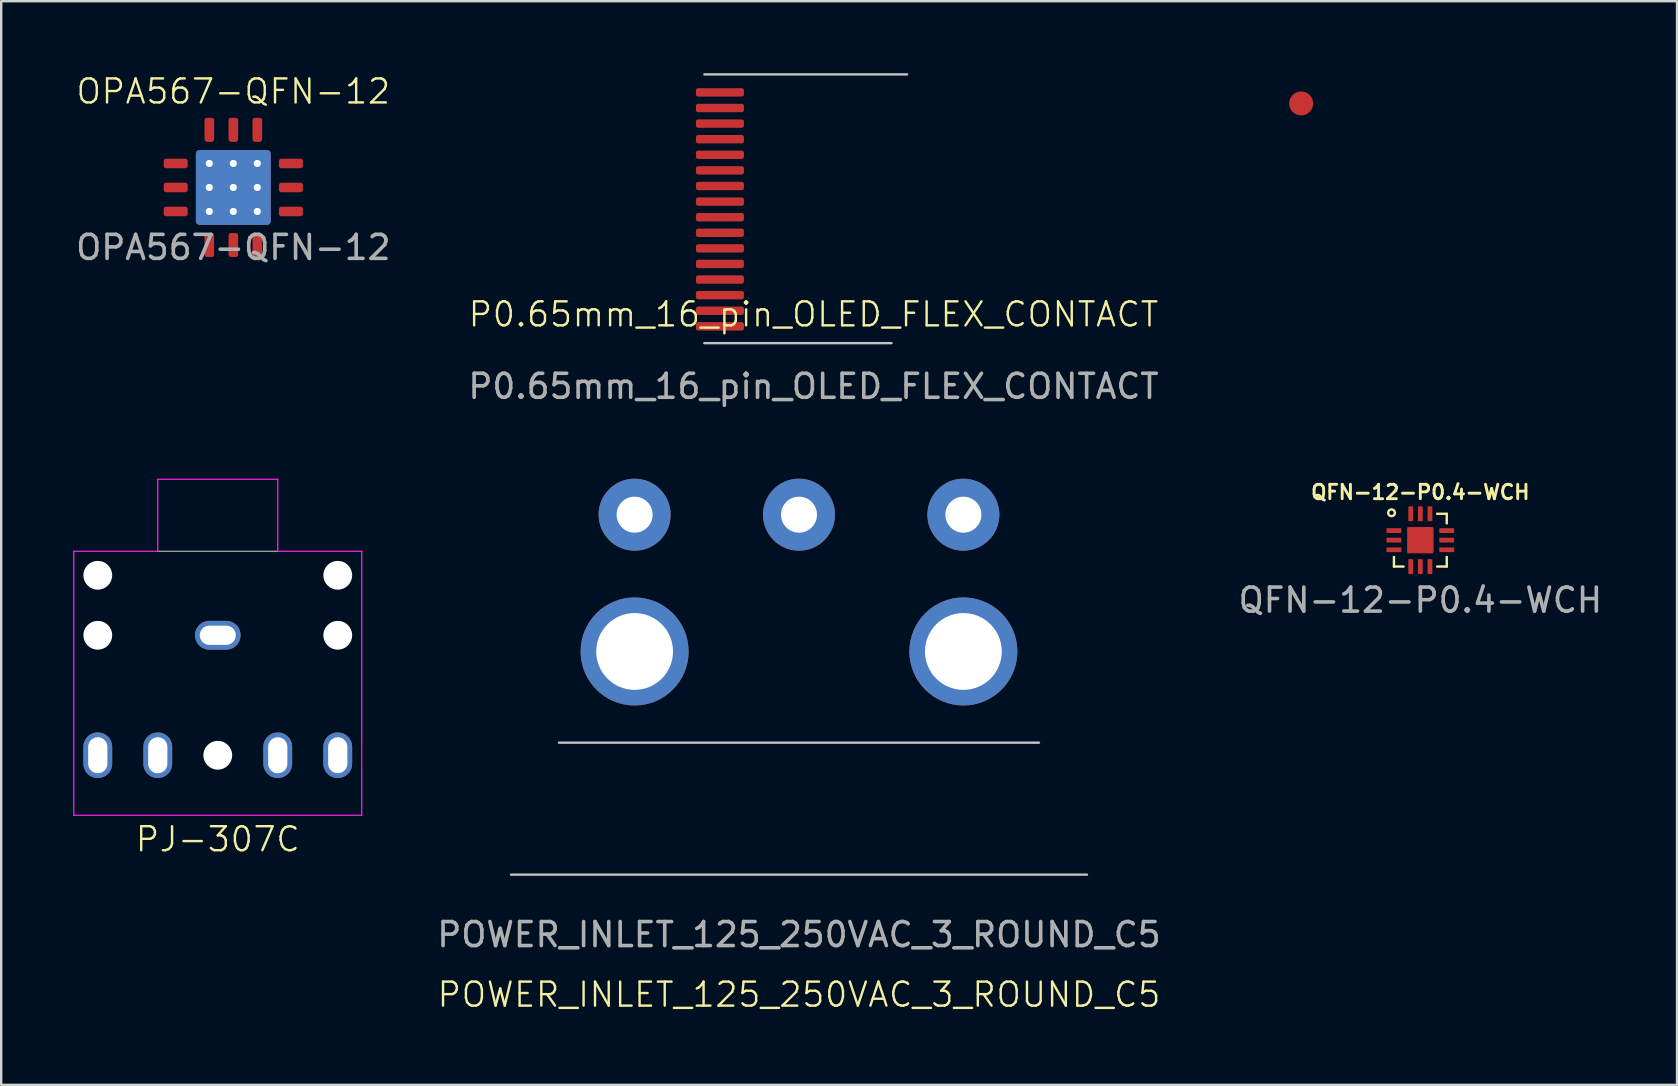
<source format=kicad_pcb>
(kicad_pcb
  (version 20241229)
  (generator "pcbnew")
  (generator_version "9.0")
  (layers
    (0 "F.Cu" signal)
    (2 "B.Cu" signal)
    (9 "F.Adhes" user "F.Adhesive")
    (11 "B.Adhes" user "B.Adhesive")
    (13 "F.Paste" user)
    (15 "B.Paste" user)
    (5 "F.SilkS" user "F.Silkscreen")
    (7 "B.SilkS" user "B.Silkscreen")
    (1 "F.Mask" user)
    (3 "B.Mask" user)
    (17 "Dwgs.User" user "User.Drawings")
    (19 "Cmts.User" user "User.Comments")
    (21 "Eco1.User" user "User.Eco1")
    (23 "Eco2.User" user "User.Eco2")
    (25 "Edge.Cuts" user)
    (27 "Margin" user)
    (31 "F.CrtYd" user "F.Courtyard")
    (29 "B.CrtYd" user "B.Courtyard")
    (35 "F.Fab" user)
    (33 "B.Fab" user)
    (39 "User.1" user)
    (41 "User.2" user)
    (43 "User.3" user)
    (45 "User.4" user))
  (footprint "QFN-12-P0.4-WCH"
    (layer "F.Cu")
    (at 56.139 19.46)
    (property "Reference" "QFN-12-P0.4-WCH" (at 0 -2 0) (unlocked yes) (layer "F.SilkS") (effects (font (size 0.6 0.6) (thickness 0.12) (bold yes))))
    (attr smd)
    (fp_line (start -1.1 1.1) (end -1.1 0.7) (stroke (width 0.1) (type default)) (layer "F.SilkS"))
    (fp_line (start -0.7 1.1) (end -1.1 1.1) (stroke (width 0.1) (type default)) (layer "F.SilkS"))
    (fp_line (start 0.7 -1.1) (end 1.1 -1.1) (stroke (width 0.1) (type default)) (layer "F.SilkS"))
    (fp_line (start 1.1 -1.1) (end 1.1 -0.7) (stroke (width 0.1) (type default)) (layer "F.SilkS"))
    (fp_line (start 1.1 0.7) (end 1.1 1.1) (stroke (width 0.1) (type default)) (layer "F.SilkS"))
    (fp_line (start 1.1 1.1) (end 0.7 1.1) (stroke (width 0.1) (type default)) (layer "F.SilkS"))
    (fp_circle (center -1.2 -1.141) (end -1.1 -1.041) (stroke (width 0.1) (type default)) (fill no) (layer "F.SilkS"))
    (fp_text user "${REFERENCE}" (at 0 2.5 0) (unlocked yes) (layer "F.Fab") (effects (font (size 1 1) (thickness 0.15))))
    (pad "1" smd roundrect (at -0.4 1.1) (size 0.2 0.62) (layers "F.Cu" "F.Mask" "F.Paste") (roundrect_rratio 0.1))
    (pad "2" smd roundrect (at 0 1.1 180) (size 0.2 0.62) (layers "F.Cu" "F.Mask" "F.Paste") (roundrect_rratio 0.1))
    (pad "3" smd roundrect (at 0.4 1.1 180) (size 0.2 0.62) (layers "F.Cu" "F.Mask" "F.Paste") (roundrect_rratio 0.1))
    (pad "4" smd roundrect (at 1.1 0.4 90) (size 0.2 0.62) (layers "F.Cu" "F.Mask" "F.Paste") (roundrect_rratio 0.1))
    (pad "5" smd roundrect (at 1.1 0 90) (size 0.2 0.62) (layers "F.Cu" "F.Mask" "F.Paste") (roundrect_rratio 0.1))
    (pad "6" smd roundrect (at 1.1 -0.4 90) (size 0.2 0.62) (layers "F.Cu" "F.Mask" "F.Paste") (roundrect_rratio 0.1))
    (pad "7" smd roundrect (at 0.4 -1.1 180) (size 0.2 0.62) (layers "F.Cu" "F.Mask" "F.Paste") (roundrect_rratio 0.1))
    (pad "8" smd roundrect (at 0 -1.1 180) (size 0.2 0.62) (layers "F.Cu" "F.Mask" "F.Paste") (roundrect_rratio 0.1))
    (pad "9" smd roundrect (at -0.4 -1.1 180) (size 0.2 0.62) (layers "F.Cu" "F.Mask" "F.Paste") (roundrect_rratio 0.1))
    (pad "10" smd roundrect (at -1.1 -0.4 270) (size 0.2 0.62) (layers "F.Cu" "F.Mask" "F.Paste") (roundrect_rratio 0.1))
    (pad "11" smd roundrect (at -1.1 0 270) (size 0.2 0.62) (layers "F.Cu" "F.Mask" "F.Paste") (roundrect_rratio 0.1))
    (pad "12" smd roundrect (at -1.1 0.4 270) (size 0.2 0.62) (layers "F.Cu" "F.Mask" "F.Paste") (roundrect_rratio 0.1))
    (pad "13" smd roundrect (at 0 0 270) (size 1.1 1.1) (layers "F.Cu" "F.Mask" "F.Paste") (roundrect_rratio 0.05)))
  (footprint "OPA567-QFN-12"
    (layer "F.Cu")
    (at 6.673 4.761)
    (property "Reference" "OPA567-QFN-12" (at 0 -4 0) (unlocked yes) (layer "F.SilkS") (effects (font (size 1 1) (thickness 0.1))))
    (attr smd)
    (fp_text user "${REFERENCE}" (at 0 2.5 0) (unlocked yes) (layer "F.Fab") (effects (font (size 1 1) (thickness 0.15))))
    (pad "" smd roundrect (at -0.8 -0.8 270) (size 1.3 1.3) (layers "F.Paste") (roundrect_rratio 0.15))
    (pad "" smd roundrect (at -0.8 0.8 270) (size 1.3 1.3) (layers "F.Paste") (roundrect_rratio 0.15))
    (pad "" smd roundrect (at 0.8 -0.8 270) (size 1.3 1.3) (layers "F.Paste") (roundrect_rratio 0.15))
    (pad "" smd roundrect (at 0.8 0.8 270) (size 1.3 1.3) (layers "F.Paste") (roundrect_rratio 0.15))
    (pad "1" smd roundrect (at -2.4 -1 90) (size 0.4 1) (layers "F.Cu" "F.Mask" "F.Paste") (roundrect_rratio 0.25))
    (pad "2" smd roundrect (at -2.4 0 90) (size 0.4 1) (layers "F.Cu" "F.Mask" "F.Paste") (roundrect_rratio 0.25))
    (pad "3" smd roundrect (at -2.4 1 90) (size 0.4 1) (layers "F.Cu" "F.Mask" "F.Paste") (roundrect_rratio 0.25))
    (pad "4" smd roundrect (at -1 2.4 180) (size 0.4 1) (layers "F.Cu" "F.Mask" "F.Paste") (roundrect_rratio 0.25))
    (pad "5" smd roundrect (at 0 2.4 180) (size 0.4 1) (layers "F.Cu" "F.Mask" "F.Paste") (roundrect_rratio 0.25))
    (pad "6" smd roundrect (at 1 2.4 180) (size 0.4 1) (layers "F.Cu" "F.Mask" "F.Paste") (roundrect_rratio 0.25))
    (pad "7" smd roundrect (at 2.4 1 270) (size 0.4 1) (layers "F.Cu" "F.Mask" "F.Paste") (roundrect_rratio 0.25))
    (pad "8" smd roundrect (at 2.4 0 270) (size 0.4 1) (layers "F.Cu" "F.Mask" "F.Paste") (roundrect_rratio 0.25))
    (pad "9" smd roundrect (at 2.4 -1 270) (size 0.4 1) (layers "F.Cu" "F.Mask" "F.Paste") (roundrect_rratio 0.25))
    (pad "10" smd roundrect (at 1 -2.4) (size 0.4 1) (layers "F.Cu" "F.Mask" "F.Paste") (roundrect_rratio 0.25))
    (pad "11" smd roundrect (at 0 -2.4) (size 0.4 1) (layers "F.Cu" "F.Mask" "F.Paste") (roundrect_rratio 0.25))
    (pad "12" smd roundrect (at -1 -2.4) (size 0.4 1) (layers "F.Cu" "F.Mask" "F.Paste") (roundrect_rratio 0.25))
    (pad "13" thru_hole circle (at -1 -1 270) (size 0.6 0.6) (drill 0.3) (layers "*.Cu" "*.Mask"))
    (pad "13" thru_hole circle (at -1 0 270) (size 0.6 0.6) (drill 0.3) (layers "*.Cu" "*.Mask"))
    (pad "13" thru_hole circle (at -1 1 270) (size 0.6 0.6) (drill 0.3) (layers "*.Cu" "*.Mask"))
    (pad "13" thru_hole circle (at 0 -1 270) (size 0.6 0.6) (drill 0.3) (layers "*.Cu" "*.Mask"))
    (pad "13" thru_hole roundrect (at 0 0 270) (size 3.12 3.12) (drill 0.3) (layers "*.Cu" "*.Mask") (roundrect_rratio 0.05))
    (pad "13" thru_hole circle (at 0 1 270) (size 0.6 0.6) (drill 0.3) (layers "*.Cu" "*.Mask"))
    (pad "13" thru_hole circle (at 1 -1 270) (size 0.6 0.6) (drill 0.3) (layers "*.Cu" "*.Mask"))
    (pad "13" thru_hole circle (at 1 0 270) (size 0.6 0.6) (drill 0.3) (layers "*.Cu" "*.Mask"))
    (pad "13" thru_hole circle (at 1 1 270) (size 0.6 0.6) (drill 0.3) (layers "*.Cu" "*.Mask")))
  (footprint "PINPAD"
    (layer "F.Cu")
    (at 51.173 1.26)
    (property "Reference" "PINPAD" (at 0 -0.5 0) (unlocked yes) (layer "User.4") (effects (font (size 1 1) (thickness 0.1))))
    (attr smd)
    (fp_text user "${REFERENCE}" (at 0 2.5 0) (unlocked yes) (layer "User.4") (effects (font (size 1 1) (thickness 0.15))))
    (pad "1" smd circle (at 0 0) (size 1 1) (layers "F.Cu" "F.Mask")))
  (footprint "POWER_INLET_125_250VAC_3_ROUND_C5"
    (layer "F.Cu")
    (at 30.246 33.398)
    (property "Reference" "POWER_INLET_125_250VAC_3_ROUND_C5" (at 0 5 0) (unlocked yes) (layer "F.SilkS") (effects (font (size 1 1) (thickness 0.1))))
    (attr smd)
    (fp_line (start -10 -5.5) (end 10 -5.5) (stroke (width 0.1) (type default)) (layer "Dwgs.User"))
    (fp_line (start 12 0) (end -12 0) (stroke (width 0.1) (type default)) (layer "Dwgs.User"))
    (fp_text user "${REFERENCE}" (at 0 2.5 0) (unlocked yes) (layer "F.Fab") (effects (font (size 1 1) (thickness 0.15))))
    (pad "" np_thru_hole circle (at -6.85 -9.3) (size 4.5 4.5) (drill 3.2) (layers "*.Cu" "*.Mask"))
    (pad "" np_thru_hole circle (at 6.85 -9.3) (size 4.5 4.5) (drill 3.2) (layers "*.Cu" "*.Mask"))
    (pad "1" thru_hole circle (at -6.85 -15) (size 3 3) (drill 1.5) (layers "*.Cu" "*.Mask"))
    (pad "2" thru_hole circle (at 0 -15) (size 3 3) (drill 1.5) (layers "*.Cu" "*.Mask"))
    (pad "3" thru_hole circle (at 6.85 -15) (size 3 3) (drill 1.5) (layers "*.Cu" "*.Mask")))
  (footprint "PJ-307C"
    (layer "F.Cu")
    (at 6.025 23.423)
    (property "Reference" "PJ-307C" (at 0 8.5 0) (unlocked yes) (layer "F.SilkS") (effects (font (size 1 1) (thickness 0.1))))
    (attr through_hole)
    (fp_line (start -6 -3.5) (end -6 7.5) (stroke (width 0.05) (type default)) (layer "F.CrtYd"))
    (fp_line (start -6 7.5) (end 6 7.5) (stroke (width 0.05) (type default)) (layer "F.CrtYd"))
    (fp_line (start -2.5 -6.5) (end -2.5 -3.5) (stroke (width 0.05) (type default)) (layer "F.CrtYd"))
    (fp_line (start -2.5 -3.5) (end -6 -3.5) (stroke (width 0.05) (type default)) (layer "F.CrtYd"))
    (fp_line (start 2.5 -6.5) (end -2.5 -6.5) (stroke (width 0.05) (type default)) (layer "F.CrtYd"))
    (fp_line (start 2.5 -3.5) (end 2.5 -6.5) (stroke (width 0.05) (type default)) (layer "F.CrtYd"))
    (fp_line (start 6 -3.5) (end 2.5 -3.5) (stroke (width 0.05) (type default)) (layer "F.CrtYd"))
    (fp_line (start 6 7.5) (end 6 -3.5) (stroke (width 0.05) (type default)) (layer "F.CrtYd"))
    (fp_line (start -2.5 -3.5) (end 2.5 -3.5) (stroke (width 0.05) (type default)) (layer "F.Fab"))
    (pad "" np_thru_hole circle (at -5 -2.5) (size 1.2 1.2) (drill 1.2) (layers "*.Cu" "*.Mask"))
    (pad "" np_thru_hole circle (at -5 0) (size 1.2 1.2) (drill 1.2) (layers "*.Cu" "*.Mask"))
    (pad "" np_thru_hole circle (at 0 5) (size 1.2 1.2) (drill 1.2) (layers "*.Cu" "*.Mask"))
    (pad "" np_thru_hole circle (at 5 -2.5) (size 1.2 1.2) (drill 1.2) (layers "*.Cu" "*.Mask"))
    (pad "" np_thru_hole circle (at 5 0) (size 1.2 1.2) (drill 1.2) (layers "*.Cu" "*.Mask"))
    (pad "1" thru_hole oval (at 0 0) (size 1.9 1.2) (drill oval 1.5 0.8) (layers "*.Cu" "*.Mask"))
    (pad "2" thru_hole oval (at 5 5 180) (size 1.2 1.9) (drill oval 0.8 1.5) (layers "*.Cu" "*.Mask"))
    (pad "3" thru_hole oval (at 2.5 5 180) (size 1.2 1.9) (drill oval 0.8 1.5) (layers "*.Cu" "*.Mask"))
    (pad "4" thru_hole oval (at -2.5 5 180) (size 1.2 1.9) (drill oval 0.8 1.5) (layers "*.Cu" "*.Mask"))
    (pad "5" thru_hole oval (at -5 5 180) (size 1.2 1.9) (drill oval 0.8 1.5) (layers "*.Cu" "*.Mask")))
  (footprint "P0.65mm_16_pin_OLED_FLEX_CONTACT"
    (layer "F.Cu")
    (at 30.851 10.55)
    (property "Reference" "P0.65mm_16_pin_OLED_FLEX_CONTACT" (at 0 -0.5 0) (unlocked yes) (layer "F.SilkS") (effects (font (size 1 1) (thickness 0.1))))
    (attr smd)
    (fp_line (start -4.55 -10.5) (end 3.9 -10.5) (stroke (width 0.1) (type default)) (layer "Dwgs.User"))
    (fp_line (start -4.55 0.7) (end 3.25 0.7) (stroke (width 0.1) (type default)) (layer "Dwgs.User"))
    (fp_text user "${REFERENCE}" (at 0 2.5 0) (unlocked yes) (layer "F.Fab") (effects (font (size 1 1) (thickness 0.15))))
    (pad "1" smd roundrect (at -3.9 -9.75) (size 2 0.35) (layers "F.Cu" "F.Mask" "F.Paste") (roundrect_rratio 0.25))
    (pad "2" smd roundrect (at -3.9 -9.1) (size 2 0.35) (layers "F.Cu" "F.Mask" "F.Paste") (roundrect_rratio 0.25))
    (pad "3" smd roundrect (at -3.9 -8.45) (size 2 0.35) (layers "F.Cu" "F.Mask" "F.Paste") (roundrect_rratio 0.25))
    (pad "4" smd roundrect (at -3.9 -7.8) (size 2 0.35) (layers "F.Cu" "F.Mask" "F.Paste") (roundrect_rratio 0.25))
    (pad "5" smd roundrect (at -3.9 -7.15) (size 2 0.35) (layers "F.Cu" "F.Mask" "F.Paste") (roundrect_rratio 0.25))
    (pad "6" smd roundrect (at -3.9 -6.5) (size 2 0.35) (layers "F.Cu" "F.Mask" "F.Paste") (roundrect_rratio 0.25))
    (pad "7" smd roundrect (at -3.9 -5.85) (size 2 0.35) (layers "F.Cu" "F.Mask" "F.Paste") (roundrect_rratio 0.25))
    (pad "8" smd roundrect (at -3.9 -5.2) (size 2 0.35) (layers "F.Cu" "F.Mask" "F.Paste") (roundrect_rratio 0.25))
    (pad "9" smd roundrect (at -3.9 -4.55) (size 2 0.35) (layers "F.Cu" "F.Mask" "F.Paste") (roundrect_rratio 0.25))
    (pad "10" smd roundrect (at -3.9 -3.9) (size 2 0.35) (layers "F.Cu" "F.Mask" "F.Paste") (roundrect_rratio 0.25))
    (pad "11" smd roundrect (at -3.9 -3.25) (size 2 0.35) (layers "F.Cu" "F.Mask" "F.Paste") (roundrect_rratio 0.25))
    (pad "12" smd roundrect (at -3.9 -2.6) (size 2 0.35) (layers "F.Cu" "F.Mask" "F.Paste") (roundrect_rratio 0.25))
    (pad "13" smd roundrect (at -3.9 -1.95) (size 2 0.35) (layers "F.Cu" "F.Mask" "F.Paste") (roundrect_rratio 0.25))
    (pad "14" smd roundrect (at -3.9 -1.3) (size 2 0.35) (layers "F.Cu" "F.Mask" "F.Paste") (roundrect_rratio 0.25))
    (pad "15" smd roundrect (at -3.9 -0.65) (size 2 0.35) (layers "F.Cu" "F.Mask" "F.Paste") (roundrect_rratio 0.25))
    (pad "16" smd roundrect (at -3.9 0) (size 2 0.35) (layers "F.Cu" "F.Mask" "F.Paste") (roundrect_rratio 0.25)))
  (gr_rect
    (start -3 -3)
    (end 66.836 42.159)
    (stroke (width 0.1) (type default))
    (fill no)
    (layer "Edge.Cuts")))
</source>
